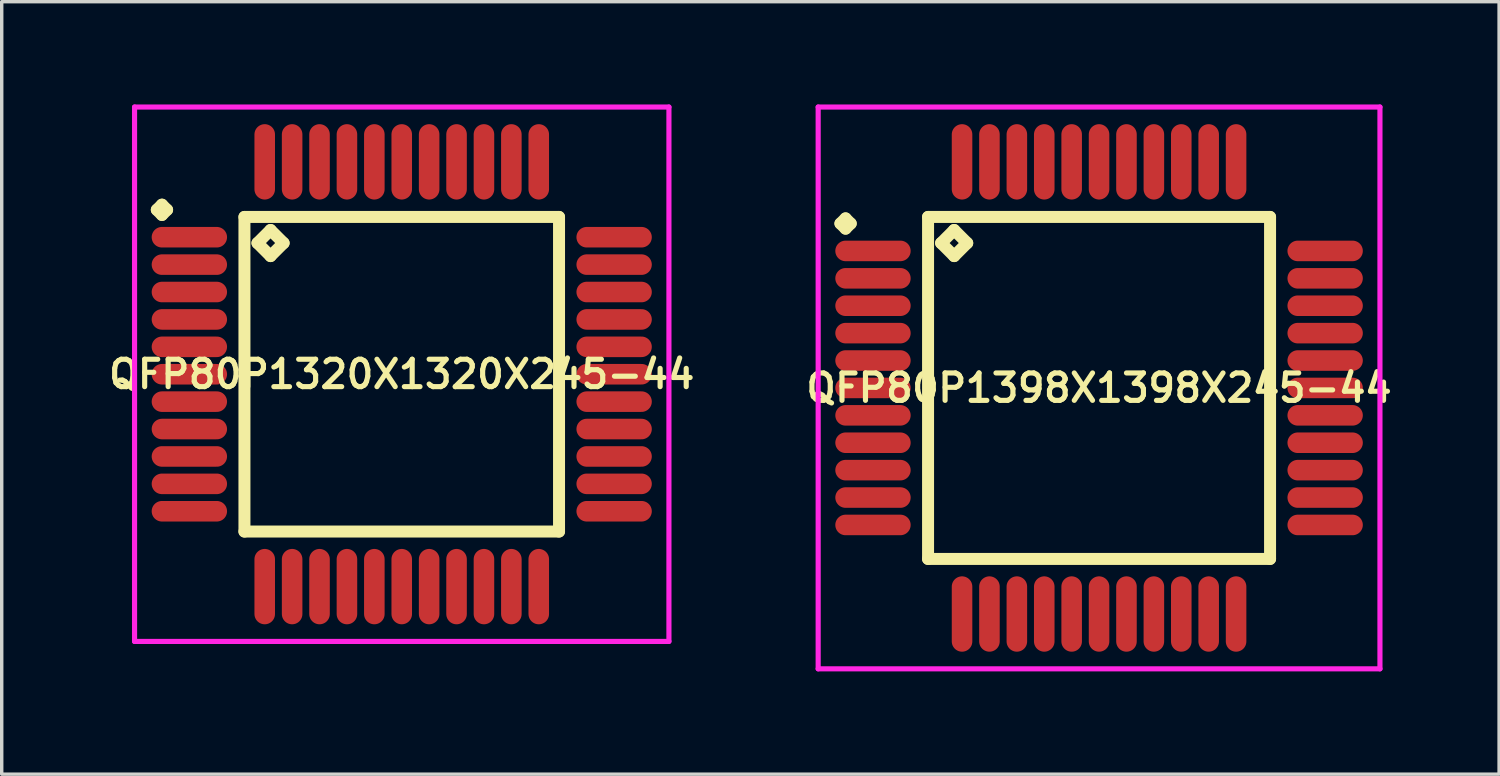
<source format=kicad_pcb>
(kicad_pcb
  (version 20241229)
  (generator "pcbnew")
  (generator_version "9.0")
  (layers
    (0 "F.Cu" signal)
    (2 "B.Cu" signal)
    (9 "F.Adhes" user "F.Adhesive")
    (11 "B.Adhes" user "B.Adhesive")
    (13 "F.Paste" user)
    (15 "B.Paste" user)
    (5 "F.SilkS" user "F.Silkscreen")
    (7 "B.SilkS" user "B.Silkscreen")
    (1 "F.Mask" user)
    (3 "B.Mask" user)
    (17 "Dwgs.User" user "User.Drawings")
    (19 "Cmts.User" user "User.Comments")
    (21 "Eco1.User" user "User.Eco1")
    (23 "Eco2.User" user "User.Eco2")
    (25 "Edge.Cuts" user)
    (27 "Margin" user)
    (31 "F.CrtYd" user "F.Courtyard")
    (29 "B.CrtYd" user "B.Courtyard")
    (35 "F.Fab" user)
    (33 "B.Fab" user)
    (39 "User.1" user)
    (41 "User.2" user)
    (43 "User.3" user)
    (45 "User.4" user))
  (footprint "QFP80P1320X1320X245-44"
    (layer "F.Cu")
    (at 8.678 7.875)
    (property "Reference" "QFP80P1320X1320X245-44" (at 0 0 0) (layer "F.SilkS") (effects (font (size 0.8 0.8) (thickness 0.15))))
    (attr smd)
    (fp_line (start -7.15 -4.8) (end -7 -4.95) (stroke (width 0.35) (type solid)) (layer "F.SilkS"))
    (fp_line (start -7 -4.95) (end -6.85 -4.8) (stroke (width 0.35) (type solid)) (layer "F.SilkS"))
    (fp_line (start -7 -4.65) (end -7.15 -4.8) (stroke (width 0.35) (type solid)) (layer "F.SilkS"))
    (fp_line (start -6.85 -4.8) (end -7 -4.65) (stroke (width 0.35) (type solid)) (layer "F.SilkS"))
    (fp_line (start -4.592 -4.592) (end -4.592 4.592) (stroke (width 0.35) (type solid)) (layer "F.SilkS"))
    (fp_line (start -4.592 4.592) (end 4.592 4.592) (stroke (width 0.35) (type solid)) (layer "F.SilkS"))
    (fp_line (start -4.211 -3.83) (end -3.83 -4.211) (stroke (width 0.35) (type solid)) (layer "F.SilkS"))
    (fp_line (start -3.83 -4.211) (end -3.449 -3.83) (stroke (width 0.35) (type solid)) (layer "F.SilkS"))
    (fp_line (start -3.83 -3.449) (end -4.211 -3.83) (stroke (width 0.35) (type solid)) (layer "F.SilkS"))
    (fp_line (start -3.449 -3.83) (end -3.83 -3.449) (stroke (width 0.35) (type solid)) (layer "F.SilkS"))
    (fp_line (start 4.592 -4.592) (end -4.592 -4.592) (stroke (width 0.35) (type solid)) (layer "F.SilkS"))
    (fp_line (start 4.592 4.592) (end 4.592 -4.592) (stroke (width 0.35) (type solid)) (layer "F.SilkS"))
    (fp_line (start -7.8 -7.8) (end 7.8 -7.8) (stroke (width 0.15) (type solid)) (layer "F.CrtYd"))
    (fp_line (start -7.8 7.8) (end -7.8 -7.8) (stroke (width 0.15) (type solid)) (layer "F.CrtYd"))
    (fp_line (start 7.8 -7.8) (end 7.8 7.8) (stroke (width 0.15) (type solid)) (layer "F.CrtYd"))
    (fp_line (start 7.8 7.8) (end -7.8 7.8) (stroke (width 0.15) (type solid)) (layer "F.CrtYd"))
    (pad "1" smd oval (at -6.2 -4) (size 2.2 0.6) (layers "F.Cu" "F.Mask" "F.Paste"))
    (pad "2" smd oval (at -6.2 -3.2) (size 2.2 0.6) (layers "F.Cu" "F.Mask" "F.Paste"))
    (pad "3" smd oval (at -6.2 -2.4) (size 2.2 0.6) (layers "F.Cu" "F.Mask" "F.Paste"))
    (pad "4" smd oval (at -6.2 -1.6) (size 2.2 0.6) (layers "F.Cu" "F.Mask" "F.Paste"))
    (pad "5" smd oval (at -6.2 -0.8) (size 2.2 0.6) (layers "F.Cu" "F.Mask" "F.Paste"))
    (pad "6" smd oval (at -6.2 0) (size 2.2 0.6) (layers "F.Cu" "F.Mask" "F.Paste"))
    (pad "7" smd oval (at -6.2 0.8) (size 2.2 0.6) (layers "F.Cu" "F.Mask" "F.Paste"))
    (pad "8" smd oval (at -6.2 1.6) (size 2.2 0.6) (layers "F.Cu" "F.Mask" "F.Paste"))
    (pad "9" smd oval (at -6.2 2.4) (size 2.2 0.6) (layers "F.Cu" "F.Mask" "F.Paste"))
    (pad "10" smd oval (at -6.2 3.2) (size 2.2 0.6) (layers "F.Cu" "F.Mask" "F.Paste"))
    (pad "11" smd oval (at -6.2 4) (size 2.2 0.6) (layers "F.Cu" "F.Mask" "F.Paste"))
    (pad "12" smd oval (at -4 6.2) (size 0.6 2.2) (layers "F.Cu" "F.Mask" "F.Paste"))
    (pad "13" smd oval (at -3.2 6.2) (size 0.6 2.2) (layers "F.Cu" "F.Mask" "F.Paste"))
    (pad "14" smd oval (at -2.4 6.2) (size 0.6 2.2) (layers "F.Cu" "F.Mask" "F.Paste"))
    (pad "15" smd oval (at -1.6 6.2) (size 0.6 2.2) (layers "F.Cu" "F.Mask" "F.Paste"))
    (pad "16" smd oval (at -0.8 6.2) (size 0.6 2.2) (layers "F.Cu" "F.Mask" "F.Paste"))
    (pad "17" smd oval (at 0 6.2) (size 0.6 2.2) (layers "F.Cu" "F.Mask" "F.Paste"))
    (pad "18" smd oval (at 0.8 6.2) (size 0.6 2.2) (layers "F.Cu" "F.Mask" "F.Paste"))
    (pad "19" smd oval (at 1.6 6.2) (size 0.6 2.2) (layers "F.Cu" "F.Mask" "F.Paste"))
    (pad "20" smd oval (at 2.4 6.2) (size 0.6 2.2) (layers "F.Cu" "F.Mask" "F.Paste"))
    (pad "21" smd oval (at 3.2 6.2) (size 0.6 2.2) (layers "F.Cu" "F.Mask" "F.Paste"))
    (pad "22" smd oval (at 4 6.2) (size 0.6 2.2) (layers "F.Cu" "F.Mask" "F.Paste"))
    (pad "23" smd oval (at 6.2 4) (size 2.2 0.6) (layers "F.Cu" "F.Mask" "F.Paste"))
    (pad "24" smd oval (at 6.2 3.2) (size 2.2 0.6) (layers "F.Cu" "F.Mask" "F.Paste"))
    (pad "25" smd oval (at 6.2 2.4) (size 2.2 0.6) (layers "F.Cu" "F.Mask" "F.Paste"))
    (pad "26" smd oval (at 6.2 1.6) (size 2.2 0.6) (layers "F.Cu" "F.Mask" "F.Paste"))
    (pad "27" smd oval (at 6.2 0.8) (size 2.2 0.6) (layers "F.Cu" "F.Mask" "F.Paste"))
    (pad "28" smd oval (at 6.2 0) (size 2.2 0.6) (layers "F.Cu" "F.Mask" "F.Paste"))
    (pad "29" smd oval (at 6.2 -0.8) (size 2.2 0.6) (layers "F.Cu" "F.Mask" "F.Paste"))
    (pad "30" smd oval (at 6.2 -1.6) (size 2.2 0.6) (layers "F.Cu" "F.Mask" "F.Paste"))
    (pad "31" smd oval (at 6.2 -2.4) (size 2.2 0.6) (layers "F.Cu" "F.Mask" "F.Paste"))
    (pad "32" smd oval (at 6.2 -3.2) (size 2.2 0.6) (layers "F.Cu" "F.Mask" "F.Paste"))
    (pad "33" smd oval (at 6.2 -4) (size 2.2 0.6) (layers "F.Cu" "F.Mask" "F.Paste"))
    (pad "34" smd oval (at 4 -6.2) (size 0.6 2.2) (layers "F.Cu" "F.Mask" "F.Paste"))
    (pad "35" smd oval (at 3.2 -6.2) (size 0.6 2.2) (layers "F.Cu" "F.Mask" "F.Paste"))
    (pad "36" smd oval (at 2.4 -6.2) (size 0.6 2.2) (layers "F.Cu" "F.Mask" "F.Paste"))
    (pad "37" smd oval (at 1.6 -6.2) (size 0.6 2.2) (layers "F.Cu" "F.Mask" "F.Paste"))
    (pad "38" smd oval (at 0.8 -6.2) (size 0.6 2.2) (layers "F.Cu" "F.Mask" "F.Paste"))
    (pad "39" smd oval (at 0 -6.2) (size 0.6 2.2) (layers "F.Cu" "F.Mask" "F.Paste"))
    (pad "40" smd oval (at -0.8 -6.2) (size 0.6 2.2) (layers "F.Cu" "F.Mask" "F.Paste"))
    (pad "41" smd oval (at -1.6 -6.2) (size 0.6 2.2) (layers "F.Cu" "F.Mask" "F.Paste"))
    (pad "42" smd oval (at -2.4 -6.2) (size 0.6 2.2) (layers "F.Cu" "F.Mask" "F.Paste"))
    (pad "43" smd oval (at -3.2 -6.2) (size 0.6 2.2) (layers "F.Cu" "F.Mask" "F.Paste"))
    (pad "44" smd oval (at -4 -6.2) (size 0.6 2.2) (layers "F.Cu" "F.Mask" "F.Paste")))
  (footprint "QFP80P1398X1398X245-44"
    (layer "F.Cu")
    (at 29.035 8.275)
    (property "Reference" "QFP80P1398X1398X245-44" (at 0 0 0) (layer "F.SilkS") (effects (font (size 0.8 0.8) (thickness 0.15))))
    (attr smd)
    (fp_line (start -7.55 -4.8) (end -7.4 -4.95) (stroke (width 0.35) (type solid)) (layer "F.SilkS"))
    (fp_line (start -7.4 -4.95) (end -7.25 -4.8) (stroke (width 0.35) (type solid)) (layer "F.SilkS"))
    (fp_line (start -7.4 -4.65) (end -7.55 -4.8) (stroke (width 0.35) (type solid)) (layer "F.SilkS"))
    (fp_line (start -7.25 -4.8) (end -7.4 -4.65) (stroke (width 0.35) (type solid)) (layer "F.SilkS"))
    (fp_line (start -4.992 -4.992) (end -4.992 4.992) (stroke (width 0.35) (type solid)) (layer "F.SilkS"))
    (fp_line (start -4.992 4.992) (end 4.992 4.992) (stroke (width 0.35) (type solid)) (layer "F.SilkS"))
    (fp_line (start -4.611 -4.23) (end -4.23 -4.611) (stroke (width 0.35) (type solid)) (layer "F.SilkS"))
    (fp_line (start -4.23 -4.611) (end -3.849 -4.23) (stroke (width 0.35) (type solid)) (layer "F.SilkS"))
    (fp_line (start -4.23 -3.849) (end -4.611 -4.23) (stroke (width 0.35) (type solid)) (layer "F.SilkS"))
    (fp_line (start -3.849 -4.23) (end -4.23 -3.849) (stroke (width 0.35) (type solid)) (layer "F.SilkS"))
    (fp_line (start 4.992 -4.992) (end -4.992 -4.992) (stroke (width 0.35) (type solid)) (layer "F.SilkS"))
    (fp_line (start 4.992 4.992) (end 4.992 -4.992) (stroke (width 0.35) (type solid)) (layer "F.SilkS"))
    (fp_line (start -8.2 -8.2) (end 8.2 -8.2) (stroke (width 0.15) (type solid)) (layer "F.CrtYd"))
    (fp_line (start -8.2 8.2) (end -8.2 -8.2) (stroke (width 0.15) (type solid)) (layer "F.CrtYd"))
    (fp_line (start 8.2 -8.2) (end 8.2 8.2) (stroke (width 0.15) (type solid)) (layer "F.CrtYd"))
    (fp_line (start 8.2 8.2) (end -8.2 8.2) (stroke (width 0.15) (type solid)) (layer "F.CrtYd"))
    (pad "1" smd oval (at -6.6 -4) (size 2.2 0.6) (layers "F.Cu" "F.Mask" "F.Paste"))
    (pad "2" smd oval (at -6.6 -3.2) (size 2.2 0.6) (layers "F.Cu" "F.Mask" "F.Paste"))
    (pad "3" smd oval (at -6.6 -2.4) (size 2.2 0.6) (layers "F.Cu" "F.Mask" "F.Paste"))
    (pad "4" smd oval (at -6.6 -1.6) (size 2.2 0.6) (layers "F.Cu" "F.Mask" "F.Paste"))
    (pad "5" smd oval (at -6.6 -0.8) (size 2.2 0.6) (layers "F.Cu" "F.Mask" "F.Paste"))
    (pad "6" smd oval (at -6.6 0) (size 2.2 0.6) (layers "F.Cu" "F.Mask" "F.Paste"))
    (pad "7" smd oval (at -6.6 0.8) (size 2.2 0.6) (layers "F.Cu" "F.Mask" "F.Paste"))
    (pad "8" smd oval (at -6.6 1.6) (size 2.2 0.6) (layers "F.Cu" "F.Mask" "F.Paste"))
    (pad "9" smd oval (at -6.6 2.4) (size 2.2 0.6) (layers "F.Cu" "F.Mask" "F.Paste"))
    (pad "10" smd oval (at -6.6 3.2) (size 2.2 0.6) (layers "F.Cu" "F.Mask" "F.Paste"))
    (pad "11" smd oval (at -6.6 4) (size 2.2 0.6) (layers "F.Cu" "F.Mask" "F.Paste"))
    (pad "12" smd oval (at -4 6.6) (size 0.6 2.2) (layers "F.Cu" "F.Mask" "F.Paste"))
    (pad "13" smd oval (at -3.2 6.6) (size 0.6 2.2) (layers "F.Cu" "F.Mask" "F.Paste"))
    (pad "14" smd oval (at -2.4 6.6) (size 0.6 2.2) (layers "F.Cu" "F.Mask" "F.Paste"))
    (pad "15" smd oval (at -1.6 6.6) (size 0.6 2.2) (layers "F.Cu" "F.Mask" "F.Paste"))
    (pad "16" smd oval (at -0.8 6.6) (size 0.6 2.2) (layers "F.Cu" "F.Mask" "F.Paste"))
    (pad "17" smd oval (at 0 6.6) (size 0.6 2.2) (layers "F.Cu" "F.Mask" "F.Paste"))
    (pad "18" smd oval (at 0.8 6.6) (size 0.6 2.2) (layers "F.Cu" "F.Mask" "F.Paste"))
    (pad "19" smd oval (at 1.6 6.6) (size 0.6 2.2) (layers "F.Cu" "F.Mask" "F.Paste"))
    (pad "20" smd oval (at 2.4 6.6) (size 0.6 2.2) (layers "F.Cu" "F.Mask" "F.Paste"))
    (pad "21" smd oval (at 3.2 6.6) (size 0.6 2.2) (layers "F.Cu" "F.Mask" "F.Paste"))
    (pad "22" smd oval (at 4 6.6) (size 0.6 2.2) (layers "F.Cu" "F.Mask" "F.Paste"))
    (pad "23" smd oval (at 6.6 4) (size 2.2 0.6) (layers "F.Cu" "F.Mask" "F.Paste"))
    (pad "24" smd oval (at 6.6 3.2) (size 2.2 0.6) (layers "F.Cu" "F.Mask" "F.Paste"))
    (pad "25" smd oval (at 6.6 2.4) (size 2.2 0.6) (layers "F.Cu" "F.Mask" "F.Paste"))
    (pad "26" smd oval (at 6.6 1.6) (size 2.2 0.6) (layers "F.Cu" "F.Mask" "F.Paste"))
    (pad "27" smd oval (at 6.6 0.8) (size 2.2 0.6) (layers "F.Cu" "F.Mask" "F.Paste"))
    (pad "28" smd oval (at 6.6 0) (size 2.2 0.6) (layers "F.Cu" "F.Mask" "F.Paste"))
    (pad "29" smd oval (at 6.6 -0.8) (size 2.2 0.6) (layers "F.Cu" "F.Mask" "F.Paste"))
    (pad "30" smd oval (at 6.6 -1.6) (size 2.2 0.6) (layers "F.Cu" "F.Mask" "F.Paste"))
    (pad "31" smd oval (at 6.6 -2.4) (size 2.2 0.6) (layers "F.Cu" "F.Mask" "F.Paste"))
    (pad "32" smd oval (at 6.6 -3.2) (size 2.2 0.6) (layers "F.Cu" "F.Mask" "F.Paste"))
    (pad "33" smd oval (at 6.6 -4) (size 2.2 0.6) (layers "F.Cu" "F.Mask" "F.Paste"))
    (pad "34" smd oval (at 4 -6.6) (size 0.6 2.2) (layers "F.Cu" "F.Mask" "F.Paste"))
    (pad "35" smd oval (at 3.2 -6.6) (size 0.6 2.2) (layers "F.Cu" "F.Mask" "F.Paste"))
    (pad "36" smd oval (at 2.4 -6.6) (size 0.6 2.2) (layers "F.Cu" "F.Mask" "F.Paste"))
    (pad "37" smd oval (at 1.6 -6.6) (size 0.6 2.2) (layers "F.Cu" "F.Mask" "F.Paste"))
    (pad "38" smd oval (at 0.8 -6.6) (size 0.6 2.2) (layers "F.Cu" "F.Mask" "F.Paste"))
    (pad "39" smd oval (at 0 -6.6) (size 0.6 2.2) (layers "F.Cu" "F.Mask" "F.Paste"))
    (pad "40" smd oval (at -0.8 -6.6) (size 0.6 2.2) (layers "F.Cu" "F.Mask" "F.Paste"))
    (pad "41" smd oval (at -1.6 -6.6) (size 0.6 2.2) (layers "F.Cu" "F.Mask" "F.Paste"))
    (pad "42" smd oval (at -2.4 -6.6) (size 0.6 2.2) (layers "F.Cu" "F.Mask" "F.Paste"))
    (pad "43" smd oval (at -3.2 -6.6) (size 0.6 2.2) (layers "F.Cu" "F.Mask" "F.Paste"))
    (pad "44" smd oval (at -4 -6.6) (size 0.6 2.2) (layers "F.Cu" "F.Mask" "F.Paste")))
  (gr_rect
    (start -3 -3)
    (end 40.713 19.55)
    (stroke (width 0.1) (type default))
    (fill no)
    (layer "Edge.Cuts")))
</source>
